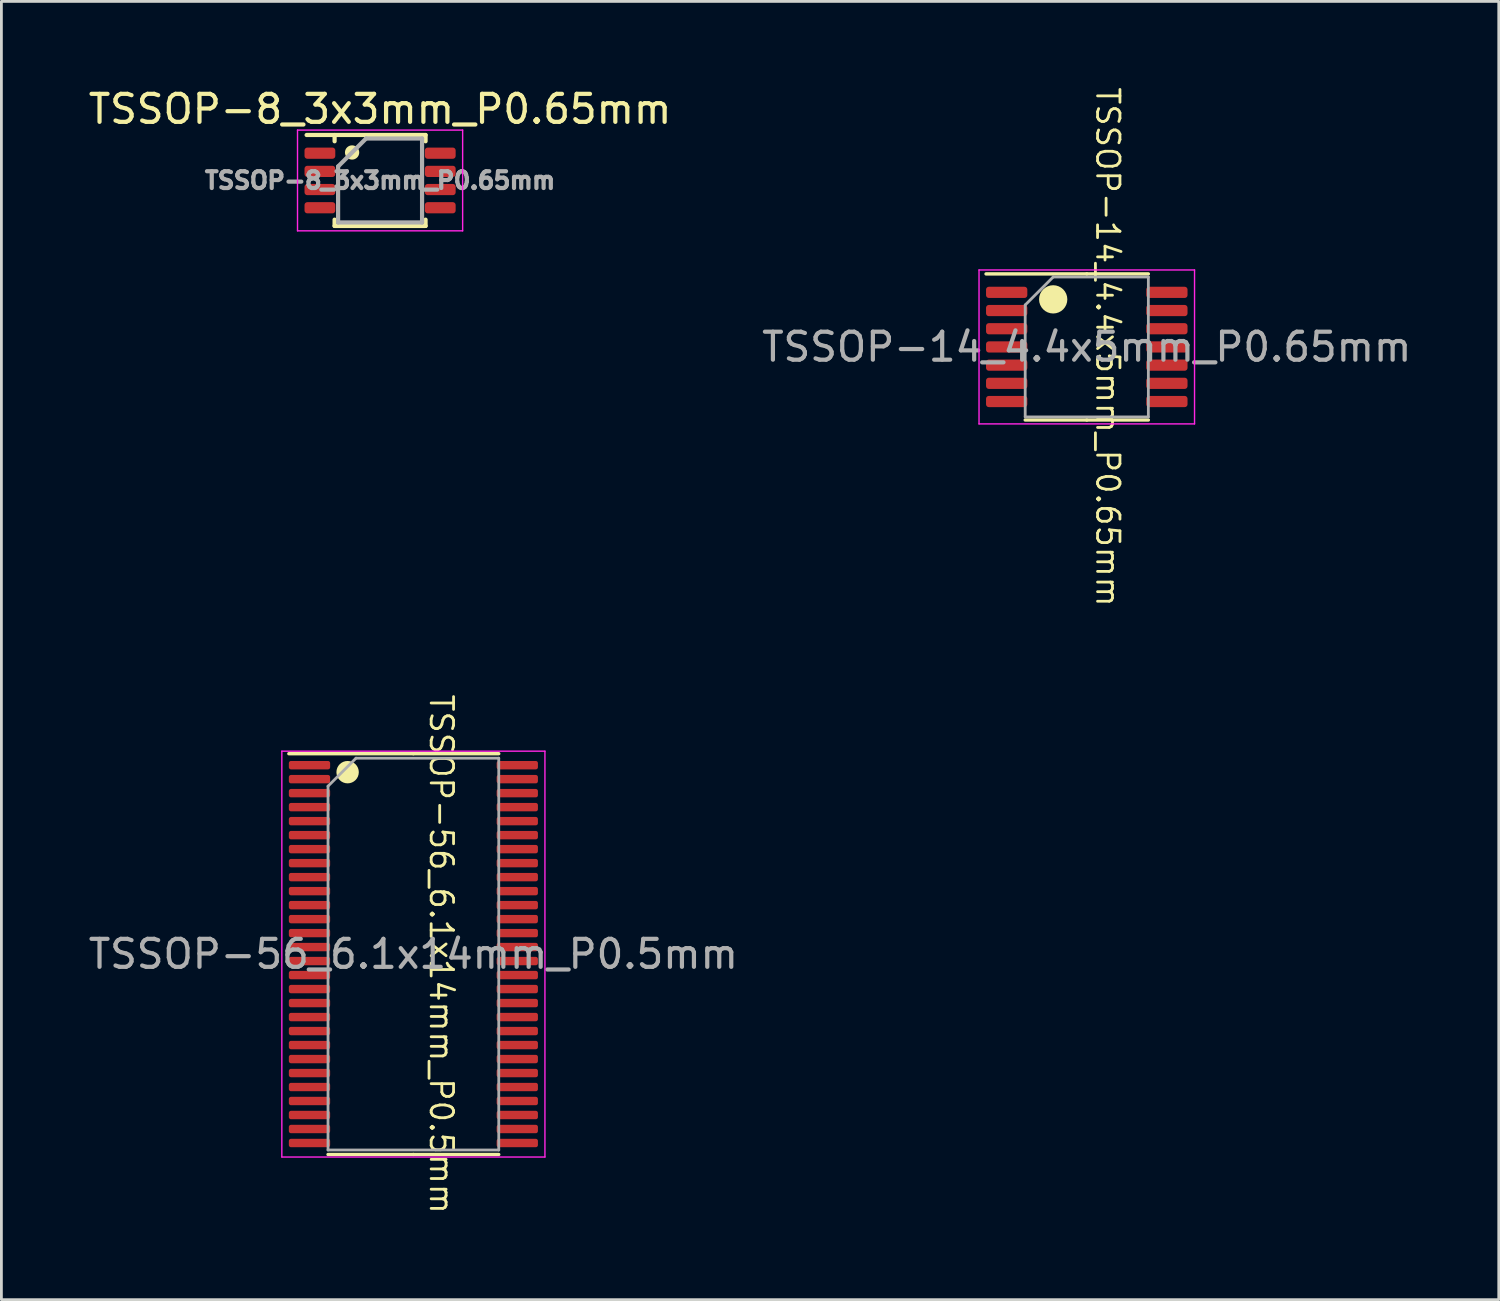
<source format=kicad_pcb>
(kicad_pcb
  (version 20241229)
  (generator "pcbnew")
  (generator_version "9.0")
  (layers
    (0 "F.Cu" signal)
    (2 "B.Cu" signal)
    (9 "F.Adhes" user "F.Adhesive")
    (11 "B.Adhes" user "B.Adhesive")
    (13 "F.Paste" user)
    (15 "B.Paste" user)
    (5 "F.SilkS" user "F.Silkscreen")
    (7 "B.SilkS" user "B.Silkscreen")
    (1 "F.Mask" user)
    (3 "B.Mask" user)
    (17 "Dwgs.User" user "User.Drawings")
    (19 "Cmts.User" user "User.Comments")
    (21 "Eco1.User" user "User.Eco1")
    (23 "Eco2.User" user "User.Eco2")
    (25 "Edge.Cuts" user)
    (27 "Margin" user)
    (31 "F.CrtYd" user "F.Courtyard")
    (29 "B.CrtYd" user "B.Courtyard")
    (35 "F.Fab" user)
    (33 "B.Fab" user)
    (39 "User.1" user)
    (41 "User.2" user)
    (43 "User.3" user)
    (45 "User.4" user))
  (footprint "TSSOP-56_6.1x14mm_P0.5mm"
    (layer "F.Cu")
    (at 11.72 31.039)
    (property "Reference" "TSSOP-56_6.1x14mm_P0.5mm" (at 1 0 270) (unlocked yes) (layer "F.SilkS") (effects (font (size 0.8 0.8) (thickness 0.1))))
    (attr smd)
    (fp_line (start 0 -7.16) (end -4.45 -7.16) (stroke (width 0.12) (type solid)) (layer "F.SilkS"))
    (fp_line (start 0 -7.16) (end 3.05 -7.16) (stroke (width 0.12) (type solid)) (layer "F.SilkS"))
    (fp_line (start 0 7.16) (end -3.05 7.16) (stroke (width 0.12) (type solid)) (layer "F.SilkS"))
    (fp_line (start 0 7.16) (end 3.05 7.16) (stroke (width 0.12) (type solid)) (layer "F.SilkS"))
    (fp_circle (center -2.35 -6.5) (end -2 -6.5) (stroke (width 0.1) (type solid)) (fill yes) (layer "F.SilkS"))
    (fp_line (start -4.7 -7.25) (end -4.7 7.25) (stroke (width 0.05) (type solid)) (layer "F.CrtYd"))
    (fp_line (start -4.7 7.25) (end 4.7 7.25) (stroke (width 0.05) (type solid)) (layer "F.CrtYd"))
    (fp_line (start 4.7 -7.25) (end -4.7 -7.25) (stroke (width 0.05) (type solid)) (layer "F.CrtYd"))
    (fp_line (start 4.7 7.25) (end 4.7 -7.25) (stroke (width 0.05) (type solid)) (layer "F.CrtYd"))
    (fp_line (start -3.05 -6) (end -2.05 -7) (stroke (width 0.1) (type solid)) (layer "F.Fab"))
    (fp_line (start -3.05 7) (end -3.05 -6) (stroke (width 0.1) (type solid)) (layer "F.Fab"))
    (fp_line (start -2.05 -7) (end 3.05 -7) (stroke (width 0.1) (type solid)) (layer "F.Fab"))
    (fp_line (start 3.05 -7) (end 3.05 7) (stroke (width 0.1) (type solid)) (layer "F.Fab"))
    (fp_line (start 3.05 7) (end -3.05 7) (stroke (width 0.1) (type solid)) (layer "F.Fab"))
    (fp_text user "${REFERENCE}" (at 0 0 0) (layer "F.Fab") (effects (font (size 1 1) (thickness 0.15))))
    (pad "1" smd roundrect (at -3.712 -6.75) (size 1.475 0.3) (layers "F.Cu" "F.Mask" "F.Paste") (roundrect_rratio 0.25))
    (pad "2" smd roundrect (at -3.712 -6.25) (size 1.475 0.3) (layers "F.Cu" "F.Mask" "F.Paste") (roundrect_rratio 0.25))
    (pad "3" smd roundrect (at -3.712 -5.75) (size 1.475 0.3) (layers "F.Cu" "F.Mask" "F.Paste") (roundrect_rratio 0.25))
    (pad "4" smd roundrect (at -3.712 -5.25) (size 1.475 0.3) (layers "F.Cu" "F.Mask" "F.Paste") (roundrect_rratio 0.25))
    (pad "5" smd roundrect (at -3.712 -4.75) (size 1.475 0.3) (layers "F.Cu" "F.Mask" "F.Paste") (roundrect_rratio 0.25))
    (pad "6" smd roundrect (at -3.712 -4.25) (size 1.475 0.3) (layers "F.Cu" "F.Mask" "F.Paste") (roundrect_rratio 0.25))
    (pad "7" smd roundrect (at -3.712 -3.75) (size 1.475 0.3) (layers "F.Cu" "F.Mask" "F.Paste") (roundrect_rratio 0.25))
    (pad "8" smd roundrect (at -3.712 -3.25) (size 1.475 0.3) (layers "F.Cu" "F.Mask" "F.Paste") (roundrect_rratio 0.25))
    (pad "9" smd roundrect (at -3.712 -2.75) (size 1.475 0.3) (layers "F.Cu" "F.Mask" "F.Paste") (roundrect_rratio 0.25))
    (pad "10" smd roundrect (at -3.712 -2.25) (size 1.475 0.3) (layers "F.Cu" "F.Mask" "F.Paste") (roundrect_rratio 0.25))
    (pad "11" smd roundrect (at -3.712 -1.75) (size 1.475 0.3) (layers "F.Cu" "F.Mask" "F.Paste") (roundrect_rratio 0.25))
    (pad "12" smd roundrect (at -3.712 -1.25) (size 1.475 0.3) (layers "F.Cu" "F.Mask" "F.Paste") (roundrect_rratio 0.25))
    (pad "13" smd roundrect (at -3.712 -0.75) (size 1.475 0.3) (layers "F.Cu" "F.Mask" "F.Paste") (roundrect_rratio 0.25))
    (pad "14" smd roundrect (at -3.712 -0.25) (size 1.475 0.3) (layers "F.Cu" "F.Mask" "F.Paste") (roundrect_rratio 0.25))
    (pad "15" smd roundrect (at -3.712 0.25) (size 1.475 0.3) (layers "F.Cu" "F.Mask" "F.Paste") (roundrect_rratio 0.25))
    (pad "16" smd roundrect (at -3.712 0.75) (size 1.475 0.3) (layers "F.Cu" "F.Mask" "F.Paste") (roundrect_rratio 0.25))
    (pad "17" smd roundrect (at -3.712 1.25) (size 1.475 0.3) (layers "F.Cu" "F.Mask" "F.Paste") (roundrect_rratio 0.25))
    (pad "18" smd roundrect (at -3.712 1.75) (size 1.475 0.3) (layers "F.Cu" "F.Mask" "F.Paste") (roundrect_rratio 0.25))
    (pad "19" smd roundrect (at -3.712 2.25) (size 1.475 0.3) (layers "F.Cu" "F.Mask" "F.Paste") (roundrect_rratio 0.25))
    (pad "20" smd roundrect (at -3.712 2.75) (size 1.475 0.3) (layers "F.Cu" "F.Mask" "F.Paste") (roundrect_rratio 0.25))
    (pad "21" smd roundrect (at -3.712 3.25) (size 1.475 0.3) (layers "F.Cu" "F.Mask" "F.Paste") (roundrect_rratio 0.25))
    (pad "22" smd roundrect (at -3.712 3.75) (size 1.475 0.3) (layers "F.Cu" "F.Mask" "F.Paste") (roundrect_rratio 0.25))
    (pad "23" smd roundrect (at -3.712 4.25) (size 1.475 0.3) (layers "F.Cu" "F.Mask" "F.Paste") (roundrect_rratio 0.25))
    (pad "24" smd roundrect (at -3.712 4.75) (size 1.475 0.3) (layers "F.Cu" "F.Mask" "F.Paste") (roundrect_rratio 0.25))
    (pad "25" smd roundrect (at -3.712 5.25) (size 1.475 0.3) (layers "F.Cu" "F.Mask" "F.Paste") (roundrect_rratio 0.25))
    (pad "26" smd roundrect (at -3.712 5.75) (size 1.475 0.3) (layers "F.Cu" "F.Mask" "F.Paste") (roundrect_rratio 0.25))
    (pad "27" smd roundrect (at -3.712 6.25) (size 1.475 0.3) (layers "F.Cu" "F.Mask" "F.Paste") (roundrect_rratio 0.25))
    (pad "28" smd roundrect (at -3.712 6.75) (size 1.475 0.3) (layers "F.Cu" "F.Mask" "F.Paste") (roundrect_rratio 0.25))
    (pad "29" smd roundrect (at 3.712 6.75) (size 1.475 0.3) (layers "F.Cu" "F.Mask" "F.Paste") (roundrect_rratio 0.25))
    (pad "30" smd roundrect (at 3.712 6.25) (size 1.475 0.3) (layers "F.Cu" "F.Mask" "F.Paste") (roundrect_rratio 0.25))
    (pad "31" smd roundrect (at 3.712 5.75) (size 1.475 0.3) (layers "F.Cu" "F.Mask" "F.Paste") (roundrect_rratio 0.25))
    (pad "32" smd roundrect (at 3.712 5.25) (size 1.475 0.3) (layers "F.Cu" "F.Mask" "F.Paste") (roundrect_rratio 0.25))
    (pad "33" smd roundrect (at 3.712 4.75) (size 1.475 0.3) (layers "F.Cu" "F.Mask" "F.Paste") (roundrect_rratio 0.25))
    (pad "34" smd roundrect (at 3.712 4.25) (size 1.475 0.3) (layers "F.Cu" "F.Mask" "F.Paste") (roundrect_rratio 0.25))
    (pad "35" smd roundrect (at 3.712 3.75) (size 1.475 0.3) (layers "F.Cu" "F.Mask" "F.Paste") (roundrect_rratio 0.25))
    (pad "36" smd roundrect (at 3.712 3.25) (size 1.475 0.3) (layers "F.Cu" "F.Mask" "F.Paste") (roundrect_rratio 0.25))
    (pad "37" smd roundrect (at 3.712 2.75) (size 1.475 0.3) (layers "F.Cu" "F.Mask" "F.Paste") (roundrect_rratio 0.25))
    (pad "38" smd roundrect (at 3.712 2.25) (size 1.475 0.3) (layers "F.Cu" "F.Mask" "F.Paste") (roundrect_rratio 0.25))
    (pad "39" smd roundrect (at 3.712 1.75) (size 1.475 0.3) (layers "F.Cu" "F.Mask" "F.Paste") (roundrect_rratio 0.25))
    (pad "40" smd roundrect (at 3.712 1.25) (size 1.475 0.3) (layers "F.Cu" "F.Mask" "F.Paste") (roundrect_rratio 0.25))
    (pad "41" smd roundrect (at 3.712 0.75) (size 1.475 0.3) (layers "F.Cu" "F.Mask" "F.Paste") (roundrect_rratio 0.25))
    (pad "42" smd roundrect (at 3.712 0.25) (size 1.475 0.3) (layers "F.Cu" "F.Mask" "F.Paste") (roundrect_rratio 0.25))
    (pad "43" smd roundrect (at 3.712 -0.25) (size 1.475 0.3) (layers "F.Cu" "F.Mask" "F.Paste") (roundrect_rratio 0.25))
    (pad "44" smd roundrect (at 3.712 -0.75) (size 1.475 0.3) (layers "F.Cu" "F.Mask" "F.Paste") (roundrect_rratio 0.25))
    (pad "45" smd roundrect (at 3.712 -1.25) (size 1.475 0.3) (layers "F.Cu" "F.Mask" "F.Paste") (roundrect_rratio 0.25))
    (pad "46" smd roundrect (at 3.712 -1.75) (size 1.475 0.3) (layers "F.Cu" "F.Mask" "F.Paste") (roundrect_rratio 0.25))
    (pad "47" smd roundrect (at 3.712 -2.25) (size 1.475 0.3) (layers "F.Cu" "F.Mask" "F.Paste") (roundrect_rratio 0.25))
    (pad "48" smd roundrect (at 3.712 -2.75) (size 1.475 0.3) (layers "F.Cu" "F.Mask" "F.Paste") (roundrect_rratio 0.25))
    (pad "49" smd roundrect (at 3.712 -3.25) (size 1.475 0.3) (layers "F.Cu" "F.Mask" "F.Paste") (roundrect_rratio 0.25))
    (pad "50" smd roundrect (at 3.712 -3.75) (size 1.475 0.3) (layers "F.Cu" "F.Mask" "F.Paste") (roundrect_rratio 0.25))
    (pad "51" smd roundrect (at 3.712 -4.25) (size 1.475 0.3) (layers "F.Cu" "F.Mask" "F.Paste") (roundrect_rratio 0.25))
    (pad "52" smd roundrect (at 3.712 -4.75) (size 1.475 0.3) (layers "F.Cu" "F.Mask" "F.Paste") (roundrect_rratio 0.25))
    (pad "53" smd roundrect (at 3.712 -5.25) (size 1.475 0.3) (layers "F.Cu" "F.Mask" "F.Paste") (roundrect_rratio 0.25))
    (pad "54" smd roundrect (at 3.712 -5.75) (size 1.475 0.3) (layers "F.Cu" "F.Mask" "F.Paste") (roundrect_rratio 0.25))
    (pad "55" smd roundrect (at 3.712 -6.25) (size 1.475 0.3) (layers "F.Cu" "F.Mask" "F.Paste") (roundrect_rratio 0.25))
    (pad "56" smd roundrect (at 3.712 -6.75) (size 1.475 0.3) (layers "F.Cu" "F.Mask" "F.Paste") (roundrect_rratio 0.25)))
  (footprint "TSSOP-8_3x3mm_P0.65mm"
    (layer "F.Cu")
    (at 10.53 3.398)
    (property "Reference" "TSSOP-8_3x3mm_P0.65mm" (at 0 -2.55 0) (layer "F.SilkS") (effects (font (size 1 1) (thickness 0.15))))
    (attr smd)
    (fp_line (start -2.625 -1.625) (end 1.625 -1.625) (stroke (width 0.15) (type solid)) (layer "F.SilkS"))
    (fp_line (start -1.625 -1.625) (end -1.625 -1.4) (stroke (width 0.15) (type solid)) (layer "F.SilkS"))
    (fp_line (start -1.625 1.625) (end -1.625 1.4) (stroke (width 0.15) (type solid)) (layer "F.SilkS"))
    (fp_line (start -1.625 1.625) (end 1.625 1.625) (stroke (width 0.15) (type solid)) (layer "F.SilkS"))
    (fp_line (start 1.625 -1.625) (end 1.625 -1.4) (stroke (width 0.15) (type solid)) (layer "F.SilkS"))
    (fp_line (start 1.625 1.625) (end 1.625 1.4) (stroke (width 0.15) (type solid)) (layer "F.SilkS"))
    (fp_circle (center -1 -1) (end -0.75 -1) (stroke (width 0.01) (type solid)) (fill yes) (layer "F.SilkS"))
    (fp_line (start -2.95 -1.8) (end -2.95 1.8) (stroke (width 0.05) (type solid)) (layer "F.CrtYd"))
    (fp_line (start -2.95 -1.8) (end 2.95 -1.8) (stroke (width 0.05) (type solid)) (layer "F.CrtYd"))
    (fp_line (start -2.95 1.8) (end 2.95 1.8) (stroke (width 0.05) (type solid)) (layer "F.CrtYd"))
    (fp_line (start 2.95 -1.8) (end 2.95 1.8) (stroke (width 0.05) (type solid)) (layer "F.CrtYd"))
    (fp_line (start -1.5 -0.5) (end -0.5 -1.5) (stroke (width 0.15) (type solid)) (layer "F.Fab"))
    (fp_line (start -1.5 1.5) (end -1.5 -0.5) (stroke (width 0.15) (type solid)) (layer "F.Fab"))
    (fp_line (start -0.5 -1.5) (end 1.5 -1.5) (stroke (width 0.15) (type solid)) (layer "F.Fab"))
    (fp_line (start 1.5 -1.5) (end 1.5 1.5) (stroke (width 0.15) (type solid)) (layer "F.Fab"))
    (fp_line (start 1.5 1.5) (end -1.5 1.5) (stroke (width 0.15) (type solid)) (layer "F.Fab"))
    (fp_text user "${REFERENCE}" (at 0 0 0) (layer "F.Fab") (effects (font (size 0.6 0.6) (thickness 0.15))))
    (pad "1" smd roundrect (at -2.15 -0.975) (size 1.1 0.4) (layers "F.Cu" "F.Mask" "F.Paste") (roundrect_rratio 0.25))
    (pad "2" smd roundrect (at -2.15 -0.325) (size 1.1 0.4) (layers "F.Cu" "F.Mask" "F.Paste") (roundrect_rratio 0.25))
    (pad "3" smd roundrect (at -2.15 0.325) (size 1.1 0.4) (layers "F.Cu" "F.Mask" "F.Paste") (roundrect_rratio 0.25))
    (pad "4" smd roundrect (at -2.15 0.975) (size 1.1 0.4) (layers "F.Cu" "F.Mask" "F.Paste") (roundrect_rratio 0.25))
    (pad "5" smd roundrect (at 2.15 0.975) (size 1.1 0.4) (layers "F.Cu" "F.Mask" "F.Paste") (roundrect_rratio 0.25))
    (pad "6" smd roundrect (at 2.15 0.325) (size 1.1 0.4) (layers "F.Cu" "F.Mask" "F.Paste") (roundrect_rratio 0.25))
    (pad "7" smd roundrect (at 2.15 -0.325) (size 1.1 0.4) (layers "F.Cu" "F.Mask" "F.Paste") (roundrect_rratio 0.25))
    (pad "8" smd roundrect (at 2.15 -0.975) (size 1.1 0.4) (layers "F.Cu" "F.Mask" "F.Paste") (roundrect_rratio 0.25)))
  (footprint "TSSOP-14_4.4x5mm_P0.65mm"
    (layer "F.Cu")
    (at 35.78 9.346)
    (property "Reference" "TSSOP-14_4.4x5mm_P0.65mm" (at 0.75 0 270) (unlocked yes) (layer "F.SilkS") (effects (font (size 0.8 0.8) (thickness 0.1))))
    (attr smd)
    (fp_line (start 0 -2.61) (end -3.6 -2.61) (stroke (width 0.12) (type solid)) (layer "F.SilkS"))
    (fp_line (start 0 -2.61) (end 2.2 -2.61) (stroke (width 0.12) (type solid)) (layer "F.SilkS"))
    (fp_line (start 0 2.61) (end -2.2 2.61) (stroke (width 0.12) (type solid)) (layer "F.SilkS"))
    (fp_line (start 0 2.61) (end 2.2 2.61) (stroke (width 0.12) (type solid)) (layer "F.SilkS"))
    (fp_circle (center -1.2 -1.7) (end -0.7 -1.7) (stroke (width 0.01) (type solid)) (fill yes) (layer "F.SilkS"))
    (fp_line (start -3.85 -2.75) (end -3.85 2.75) (stroke (width 0.05) (type solid)) (layer "F.CrtYd"))
    (fp_line (start -3.85 2.75) (end 3.85 2.75) (stroke (width 0.05) (type solid)) (layer "F.CrtYd"))
    (fp_line (start 3.85 -2.75) (end -3.85 -2.75) (stroke (width 0.05) (type solid)) (layer "F.CrtYd"))
    (fp_line (start 3.85 2.75) (end 3.85 -2.75) (stroke (width 0.05) (type solid)) (layer "F.CrtYd"))
    (fp_line (start -2.2 -1.5) (end -1.2 -2.5) (stroke (width 0.1) (type solid)) (layer "F.Fab"))
    (fp_line (start -2.2 2.5) (end -2.2 -1.5) (stroke (width 0.1) (type solid)) (layer "F.Fab"))
    (fp_line (start -1.2 -2.5) (end 2.2 -2.5) (stroke (width 0.1) (type solid)) (layer "F.Fab"))
    (fp_line (start 2.2 -2.5) (end 2.2 2.5) (stroke (width 0.1) (type solid)) (layer "F.Fab"))
    (fp_line (start 2.2 2.5) (end -2.2 2.5) (stroke (width 0.1) (type solid)) (layer "F.Fab"))
    (fp_text user "${REFERENCE}" (at 0 0 0) (layer "F.Fab") (effects (font (size 1 1) (thickness 0.15))))
    (pad "1" smd roundrect (at -2.862 -1.95) (size 1.475 0.4) (layers "F.Cu" "F.Mask" "F.Paste") (roundrect_rratio 0.25))
    (pad "2" smd roundrect (at -2.862 -1.3) (size 1.475 0.4) (layers "F.Cu" "F.Mask" "F.Paste") (roundrect_rratio 0.25))
    (pad "3" smd roundrect (at -2.862 -0.65) (size 1.475 0.4) (layers "F.Cu" "F.Mask" "F.Paste") (roundrect_rratio 0.25))
    (pad "4" smd roundrect (at -2.862 0) (size 1.475 0.4) (layers "F.Cu" "F.Mask" "F.Paste") (roundrect_rratio 0.25))
    (pad "5" smd roundrect (at -2.862 0.65) (size 1.475 0.4) (layers "F.Cu" "F.Mask" "F.Paste") (roundrect_rratio 0.25))
    (pad "6" smd roundrect (at -2.862 1.3) (size 1.475 0.4) (layers "F.Cu" "F.Mask" "F.Paste") (roundrect_rratio 0.25))
    (pad "7" smd roundrect (at -2.862 1.95) (size 1.475 0.4) (layers "F.Cu" "F.Mask" "F.Paste") (roundrect_rratio 0.25))
    (pad "8" smd roundrect (at 2.862 1.95) (size 1.475 0.4) (layers "F.Cu" "F.Mask" "F.Paste") (roundrect_rratio 0.25))
    (pad "9" smd roundrect (at 2.862 1.3) (size 1.475 0.4) (layers "F.Cu" "F.Mask" "F.Paste") (roundrect_rratio 0.25))
    (pad "10" smd roundrect (at 2.862 0.65) (size 1.475 0.4) (layers "F.Cu" "F.Mask" "F.Paste") (roundrect_rratio 0.25))
    (pad "11" smd roundrect (at 2.862 0) (size 1.475 0.4) (layers "F.Cu" "F.Mask" "F.Paste") (roundrect_rratio 0.25))
    (pad "12" smd roundrect (at 2.862 -0.65) (size 1.475 0.4) (layers "F.Cu" "F.Mask" "F.Paste") (roundrect_rratio 0.25))
    (pad "13" smd roundrect (at 2.862 -1.3) (size 1.475 0.4) (layers "F.Cu" "F.Mask" "F.Paste") (roundrect_rratio 0.25))
    (pad "14" smd roundrect (at 2.862 -1.95) (size 1.475 0.4) (layers "F.Cu" "F.Mask" "F.Paste") (roundrect_rratio 0.25)))
  (gr_rect
    (start -3 -3)
    (end 50.5 43.385)
    (stroke (width 0.1) (type default))
    (fill no)
    (layer "Edge.Cuts")))
</source>
